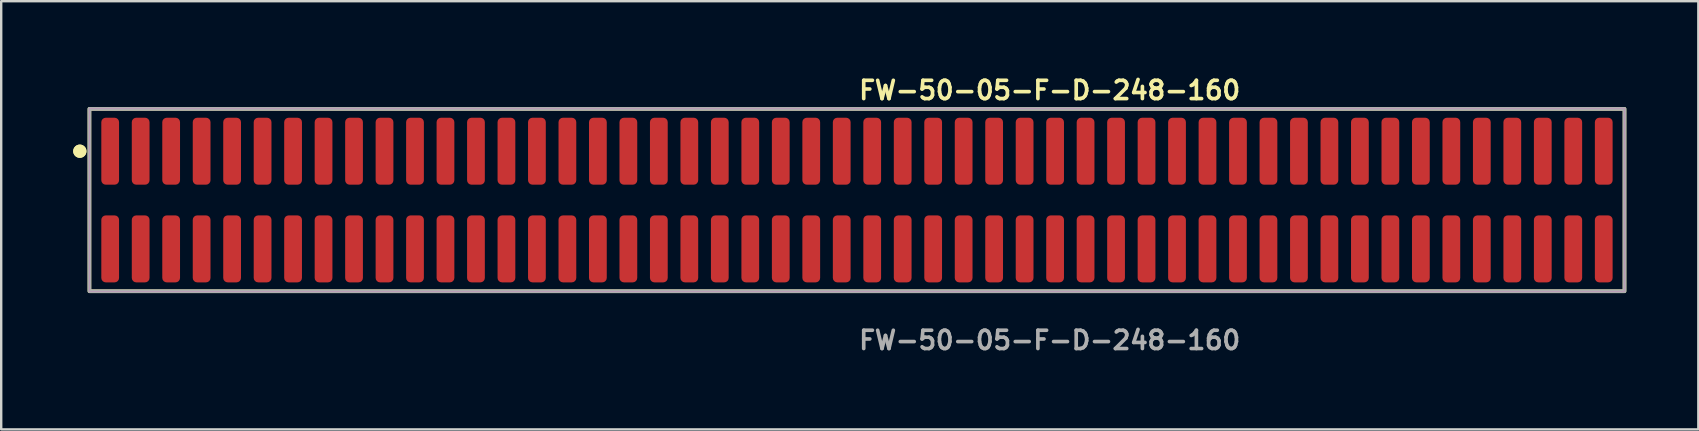
<source format=kicad_pcb>
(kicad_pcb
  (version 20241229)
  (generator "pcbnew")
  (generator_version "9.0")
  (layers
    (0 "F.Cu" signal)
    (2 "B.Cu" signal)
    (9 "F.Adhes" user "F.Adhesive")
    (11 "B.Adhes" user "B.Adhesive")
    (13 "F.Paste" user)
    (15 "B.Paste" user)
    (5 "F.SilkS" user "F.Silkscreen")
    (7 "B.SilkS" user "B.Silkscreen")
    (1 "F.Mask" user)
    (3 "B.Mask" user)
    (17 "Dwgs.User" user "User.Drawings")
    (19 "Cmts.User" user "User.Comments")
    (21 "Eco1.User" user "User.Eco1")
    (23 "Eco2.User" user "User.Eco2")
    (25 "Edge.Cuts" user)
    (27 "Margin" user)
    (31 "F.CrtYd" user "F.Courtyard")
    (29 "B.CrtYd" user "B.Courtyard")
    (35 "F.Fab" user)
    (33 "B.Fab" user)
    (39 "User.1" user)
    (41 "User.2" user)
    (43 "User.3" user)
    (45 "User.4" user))
  (footprint "FW-50-05-F-D-248-160"
    (layer "F.Cu")
    (at 32.656 5.285)
    (property "Reference" "FW-50-05-F-D-248-160" (at 0 -4.572 0) (unlocked yes) (layer "F.SilkS") (effects (font (size 0.762 0.762) (thickness 0.152)) (justify left)))
    (fp_rect (start -31.98 3.8) (end 31.98 -3.8) (stroke (width 0.152) (type solid)) (fill no) (layer "F.SilkS"))
    (fp_circle (center -32.38 -2.035) (end -32.58 -2.035) (stroke (width 0.152) (type solid)) (fill yes) (layer "F.SilkS"))
    (fp_circle (center -32.38 -2.035) (end -32.58 -2.035) (stroke (width 0.152) (type solid)) (fill yes) (layer "F.SilkS"))
    (fp_rect (start -31.98 3.8) (end 31.98 -3.8) (stroke (width 0.006) (type solid)) (fill no) (layer "F.CrtYd"))
    (fp_rect (start -31.98 3.8) (end 31.98 -3.8) (stroke (width 0.152) (type solid)) (fill no) (layer "F.Fab"))
    (fp_text user "${REFERENCE}" (at 0 5.842 0) (unlocked yes) (layer "F.Fab") (effects (font (size 0.762 0.762) (thickness 0.152)) (justify left)))
    (pad "1" smd roundrect (at -31.115 -2.035) (size 0.74 2.79) (layers "F.Cu" "F.Paste") (roundrect_rratio 0.25))
    (pad "2" smd roundrect (at -31.115 2.035) (size 0.74 2.79) (layers "F.Cu" "F.Paste") (roundrect_rratio 0.25))
    (pad "3" smd roundrect (at -29.845 -2.035) (size 0.74 2.79) (layers "F.Cu" "F.Paste") (roundrect_rratio 0.25))
    (pad "4" smd roundrect (at -29.845 2.035) (size 0.74 2.79) (layers "F.Cu" "F.Paste") (roundrect_rratio 0.25))
    (pad "5" smd roundrect (at -28.575 -2.035) (size 0.74 2.79) (layers "F.Cu" "F.Paste") (roundrect_rratio 0.25))
    (pad "6" smd roundrect (at -28.575 2.035) (size 0.74 2.79) (layers "F.Cu" "F.Paste") (roundrect_rratio 0.25))
    (pad "7" smd roundrect (at -27.305 -2.035) (size 0.74 2.79) (layers "F.Cu" "F.Paste") (roundrect_rratio 0.25))
    (pad "8" smd roundrect (at -27.305 2.035) (size 0.74 2.79) (layers "F.Cu" "F.Paste") (roundrect_rratio 0.25))
    (pad "9" smd roundrect (at -26.035 -2.035) (size 0.74 2.79) (layers "F.Cu" "F.Paste") (roundrect_rratio 0.25))
    (pad "10" smd roundrect (at -26.035 2.035) (size 0.74 2.79) (layers "F.Cu" "F.Paste") (roundrect_rratio 0.25))
    (pad "11" smd roundrect (at -24.765 -2.035) (size 0.74 2.79) (layers "F.Cu" "F.Paste") (roundrect_rratio 0.25))
    (pad "12" smd roundrect (at -24.765 2.035) (size 0.74 2.79) (layers "F.Cu" "F.Paste") (roundrect_rratio 0.25))
    (pad "13" smd roundrect (at -23.495 -2.035) (size 0.74 2.79) (layers "F.Cu" "F.Paste") (roundrect_rratio 0.25))
    (pad "14" smd roundrect (at -23.495 2.035) (size 0.74 2.79) (layers "F.Cu" "F.Paste") (roundrect_rratio 0.25))
    (pad "15" smd roundrect (at -22.225 -2.035) (size 0.74 2.79) (layers "F.Cu" "F.Paste") (roundrect_rratio 0.25))
    (pad "16" smd roundrect (at -22.225 2.035) (size 0.74 2.79) (layers "F.Cu" "F.Paste") (roundrect_rratio 0.25))
    (pad "17" smd roundrect (at -20.955 -2.035) (size 0.74 2.79) (layers "F.Cu" "F.Paste") (roundrect_rratio 0.25))
    (pad "18" smd roundrect (at -20.955 2.035) (size 0.74 2.79) (layers "F.Cu" "F.Paste") (roundrect_rratio 0.25))
    (pad "19" smd roundrect (at -19.685 -2.035) (size 0.74 2.79) (layers "F.Cu" "F.Paste") (roundrect_rratio 0.25))
    (pad "20" smd roundrect (at -19.685 2.035) (size 0.74 2.79) (layers "F.Cu" "F.Paste") (roundrect_rratio 0.25))
    (pad "21" smd roundrect (at -18.415 -2.035) (size 0.74 2.79) (layers "F.Cu" "F.Paste") (roundrect_rratio 0.25))
    (pad "22" smd roundrect (at -18.415 2.035) (size 0.74 2.79) (layers "F.Cu" "F.Paste") (roundrect_rratio 0.25))
    (pad "23" smd roundrect (at -17.145 -2.035) (size 0.74 2.79) (layers "F.Cu" "F.Paste") (roundrect_rratio 0.25))
    (pad "24" smd roundrect (at -17.145 2.035) (size 0.74 2.79) (layers "F.Cu" "F.Paste") (roundrect_rratio 0.25))
    (pad "25" smd roundrect (at -15.875 -2.035) (size 0.74 2.79) (layers "F.Cu" "F.Paste") (roundrect_rratio 0.25))
    (pad "26" smd roundrect (at -15.875 2.035) (size 0.74 2.79) (layers "F.Cu" "F.Paste") (roundrect_rratio 0.25))
    (pad "27" smd roundrect (at -14.605 -2.035) (size 0.74 2.79) (layers "F.Cu" "F.Paste") (roundrect_rratio 0.25))
    (pad "28" smd roundrect (at -14.605 2.035) (size 0.74 2.79) (layers "F.Cu" "F.Paste") (roundrect_rratio 0.25))
    (pad "29" smd roundrect (at -13.335 -2.035) (size 0.74 2.79) (layers "F.Cu" "F.Paste") (roundrect_rratio 0.25))
    (pad "30" smd roundrect (at -13.335 2.035) (size 0.74 2.79) (layers "F.Cu" "F.Paste") (roundrect_rratio 0.25))
    (pad "31" smd roundrect (at -12.065 -2.035) (size 0.74 2.79) (layers "F.Cu" "F.Paste") (roundrect_rratio 0.25))
    (pad "32" smd roundrect (at -12.065 2.035) (size 0.74 2.79) (layers "F.Cu" "F.Paste") (roundrect_rratio 0.25))
    (pad "33" smd roundrect (at -10.795 -2.035) (size 0.74 2.79) (layers "F.Cu" "F.Paste") (roundrect_rratio 0.25))
    (pad "34" smd roundrect (at -10.795 2.035) (size 0.74 2.79) (layers "F.Cu" "F.Paste") (roundrect_rratio 0.25))
    (pad "35" smd roundrect (at -9.525 -2.035) (size 0.74 2.79) (layers "F.Cu" "F.Paste") (roundrect_rratio 0.25))
    (pad "36" smd roundrect (at -9.525 2.035) (size 0.74 2.79) (layers "F.Cu" "F.Paste") (roundrect_rratio 0.25))
    (pad "37" smd roundrect (at -8.255 -2.035) (size 0.74 2.79) (layers "F.Cu" "F.Paste") (roundrect_rratio 0.25))
    (pad "38" smd roundrect (at -8.255 2.035) (size 0.74 2.79) (layers "F.Cu" "F.Paste") (roundrect_rratio 0.25))
    (pad "39" smd roundrect (at -6.985 -2.035) (size 0.74 2.79) (layers "F.Cu" "F.Paste") (roundrect_rratio 0.25))
    (pad "40" smd roundrect (at -6.985 2.035) (size 0.74 2.79) (layers "F.Cu" "F.Paste") (roundrect_rratio 0.25))
    (pad "41" smd roundrect (at -5.715 -2.035) (size 0.74 2.79) (layers "F.Cu" "F.Paste") (roundrect_rratio 0.25))
    (pad "42" smd roundrect (at -5.715 2.035) (size 0.74 2.79) (layers "F.Cu" "F.Paste") (roundrect_rratio 0.25))
    (pad "43" smd roundrect (at -4.445 -2.035) (size 0.74 2.79) (layers "F.Cu" "F.Paste") (roundrect_rratio 0.25))
    (pad "44" smd roundrect (at -4.445 2.035) (size 0.74 2.79) (layers "F.Cu" "F.Paste") (roundrect_rratio 0.25))
    (pad "45" smd roundrect (at -3.175 -2.035) (size 0.74 2.79) (layers "F.Cu" "F.Paste") (roundrect_rratio 0.25))
    (pad "46" smd roundrect (at -3.175 2.035) (size 0.74 2.79) (layers "F.Cu" "F.Paste") (roundrect_rratio 0.25))
    (pad "47" smd roundrect (at -1.905 -2.035) (size 0.74 2.79) (layers "F.Cu" "F.Paste") (roundrect_rratio 0.25))
    (pad "48" smd roundrect (at -1.905 2.035) (size 0.74 2.79) (layers "F.Cu" "F.Paste") (roundrect_rratio 0.25))
    (pad "49" smd roundrect (at -0.635 -2.035) (size 0.74 2.79) (layers "F.Cu" "F.Paste") (roundrect_rratio 0.25))
    (pad "50" smd roundrect (at -0.635 2.035) (size 0.74 2.79) (layers "F.Cu" "F.Paste") (roundrect_rratio 0.25))
    (pad "51" smd roundrect (at 0.635 -2.035) (size 0.74 2.79) (layers "F.Cu" "F.Paste") (roundrect_rratio 0.25))
    (pad "52" smd roundrect (at 0.635 2.035) (size 0.74 2.79) (layers "F.Cu" "F.Paste") (roundrect_rratio 0.25))
    (pad "53" smd roundrect (at 1.905 -2.035) (size 0.74 2.79) (layers "F.Cu" "F.Paste") (roundrect_rratio 0.25))
    (pad "54" smd roundrect (at 1.905 2.035) (size 0.74 2.79) (layers "F.Cu" "F.Paste") (roundrect_rratio 0.25))
    (pad "55" smd roundrect (at 3.175 -2.035) (size 0.74 2.79) (layers "F.Cu" "F.Paste") (roundrect_rratio 0.25))
    (pad "56" smd roundrect (at 3.175 2.035) (size 0.74 2.79) (layers "F.Cu" "F.Paste") (roundrect_rratio 0.25))
    (pad "57" smd roundrect (at 4.445 -2.035) (size 0.74 2.79) (layers "F.Cu" "F.Paste") (roundrect_rratio 0.25))
    (pad "58" smd roundrect (at 4.445 2.035) (size 0.74 2.79) (layers "F.Cu" "F.Paste") (roundrect_rratio 0.25))
    (pad "59" smd roundrect (at 5.715 -2.035) (size 0.74 2.79) (layers "F.Cu" "F.Paste") (roundrect_rratio 0.25))
    (pad "60" smd roundrect (at 5.715 2.035) (size 0.74 2.79) (layers "F.Cu" "F.Paste") (roundrect_rratio 0.25))
    (pad "61" smd roundrect (at 6.985 -2.035) (size 0.74 2.79) (layers "F.Cu" "F.Paste") (roundrect_rratio 0.25))
    (pad "62" smd roundrect (at 6.985 2.035) (size 0.74 2.79) (layers "F.Cu" "F.Paste") (roundrect_rratio 0.25))
    (pad "63" smd roundrect (at 8.255 -2.035) (size 0.74 2.79) (layers "F.Cu" "F.Paste") (roundrect_rratio 0.25))
    (pad "64" smd roundrect (at 8.255 2.035) (size 0.74 2.79) (layers "F.Cu" "F.Paste") (roundrect_rratio 0.25))
    (pad "65" smd roundrect (at 9.525 -2.035) (size 0.74 2.79) (layers "F.Cu" "F.Paste") (roundrect_rratio 0.25))
    (pad "66" smd roundrect (at 9.525 2.035) (size 0.74 2.79) (layers "F.Cu" "F.Paste") (roundrect_rratio 0.25))
    (pad "67" smd roundrect (at 10.795 -2.035) (size 0.74 2.79) (layers "F.Cu" "F.Paste") (roundrect_rratio 0.25))
    (pad "68" smd roundrect (at 10.795 2.035) (size 0.74 2.79) (layers "F.Cu" "F.Paste") (roundrect_rratio 0.25))
    (pad "69" smd roundrect (at 12.065 -2.035) (size 0.74 2.79) (layers "F.Cu" "F.Paste") (roundrect_rratio 0.25))
    (pad "70" smd roundrect (at 12.065 2.035) (size 0.74 2.79) (layers "F.Cu" "F.Paste") (roundrect_rratio 0.25))
    (pad "71" smd roundrect (at 13.335 -2.035) (size 0.74 2.79) (layers "F.Cu" "F.Paste") (roundrect_rratio 0.25))
    (pad "72" smd roundrect (at 13.335 2.035) (size 0.74 2.79) (layers "F.Cu" "F.Paste") (roundrect_rratio 0.25))
    (pad "73" smd roundrect (at 14.605 -2.035) (size 0.74 2.79) (layers "F.Cu" "F.Paste") (roundrect_rratio 0.25))
    (pad "74" smd roundrect (at 14.605 2.035) (size 0.74 2.79) (layers "F.Cu" "F.Paste") (roundrect_rratio 0.25))
    (pad "75" smd roundrect (at 15.875 -2.035) (size 0.74 2.79) (layers "F.Cu" "F.Paste") (roundrect_rratio 0.25))
    (pad "76" smd roundrect (at 15.875 2.035) (size 0.74 2.79) (layers "F.Cu" "F.Paste") (roundrect_rratio 0.25))
    (pad "77" smd roundrect (at 17.145 -2.035) (size 0.74 2.79) (layers "F.Cu" "F.Paste") (roundrect_rratio 0.25))
    (pad "78" smd roundrect (at 17.145 2.035) (size 0.74 2.79) (layers "F.Cu" "F.Paste") (roundrect_rratio 0.25))
    (pad "79" smd roundrect (at 18.415 -2.035) (size 0.74 2.79) (layers "F.Cu" "F.Paste") (roundrect_rratio 0.25))
    (pad "80" smd roundrect (at 18.415 2.035) (size 0.74 2.79) (layers "F.Cu" "F.Paste") (roundrect_rratio 0.25))
    (pad "81" smd roundrect (at 19.685 -2.035) (size 0.74 2.79) (layers "F.Cu" "F.Paste") (roundrect_rratio 0.25))
    (pad "82" smd roundrect (at 19.685 2.035) (size 0.74 2.79) (layers "F.Cu" "F.Paste") (roundrect_rratio 0.25))
    (pad "83" smd roundrect (at 20.955 -2.035) (size 0.74 2.79) (layers "F.Cu" "F.Paste") (roundrect_rratio 0.25))
    (pad "84" smd roundrect (at 20.955 2.035) (size 0.74 2.79) (layers "F.Cu" "F.Paste") (roundrect_rratio 0.25))
    (pad "85" smd roundrect (at 22.225 -2.035) (size 0.74 2.79) (layers "F.Cu" "F.Paste") (roundrect_rratio 0.25))
    (pad "86" smd roundrect (at 22.225 2.035) (size 0.74 2.79) (layers "F.Cu" "F.Paste") (roundrect_rratio 0.25))
    (pad "87" smd roundrect (at 23.495 -2.035) (size 0.74 2.79) (layers "F.Cu" "F.Paste") (roundrect_rratio 0.25))
    (pad "88" smd roundrect (at 23.495 2.035) (size 0.74 2.79) (layers "F.Cu" "F.Paste") (roundrect_rratio 0.25))
    (pad "89" smd roundrect (at 24.765 -2.035) (size 0.74 2.79) (layers "F.Cu" "F.Paste") (roundrect_rratio 0.25))
    (pad "90" smd roundrect (at 24.765 2.035) (size 0.74 2.79) (layers "F.Cu" "F.Paste") (roundrect_rratio 0.25))
    (pad "91" smd roundrect (at 26.035 -2.035) (size 0.74 2.79) (layers "F.Cu" "F.Paste") (roundrect_rratio 0.25))
    (pad "92" smd roundrect (at 26.035 2.035) (size 0.74 2.79) (layers "F.Cu" "F.Paste") (roundrect_rratio 0.25))
    (pad "93" smd roundrect (at 27.305 -2.035) (size 0.74 2.79) (layers "F.Cu" "F.Paste") (roundrect_rratio 0.25))
    (pad "94" smd roundrect (at 27.305 2.035) (size 0.74 2.79) (layers "F.Cu" "F.Paste") (roundrect_rratio 0.25))
    (pad "95" smd roundrect (at 28.575 -2.035) (size 0.74 2.79) (layers "F.Cu" "F.Paste") (roundrect_rratio 0.25))
    (pad "96" smd roundrect (at 28.575 2.035) (size 0.74 2.79) (layers "F.Cu" "F.Paste") (roundrect_rratio 0.25))
    (pad "97" smd roundrect (at 29.845 -2.035) (size 0.74 2.79) (layers "F.Cu" "F.Paste") (roundrect_rratio 0.25))
    (pad "98" smd roundrect (at 29.845 2.035) (size 0.74 2.79) (layers "F.Cu" "F.Paste") (roundrect_rratio 0.25))
    (pad "99" smd roundrect (at 31.115 -2.035) (size 0.74 2.79) (layers "F.Cu" "F.Paste") (roundrect_rratio 0.25))
    (pad "100" smd roundrect (at 31.115 2.035) (size 0.74 2.79) (layers "F.Cu" "F.Paste") (roundrect_rratio 0.25)))
  (gr_rect
    (start -3 -3)
    (end 67.712 14.84)
    (stroke (width 0.1) (type default))
    (fill no)
    (layer "Edge.Cuts")))
</source>
